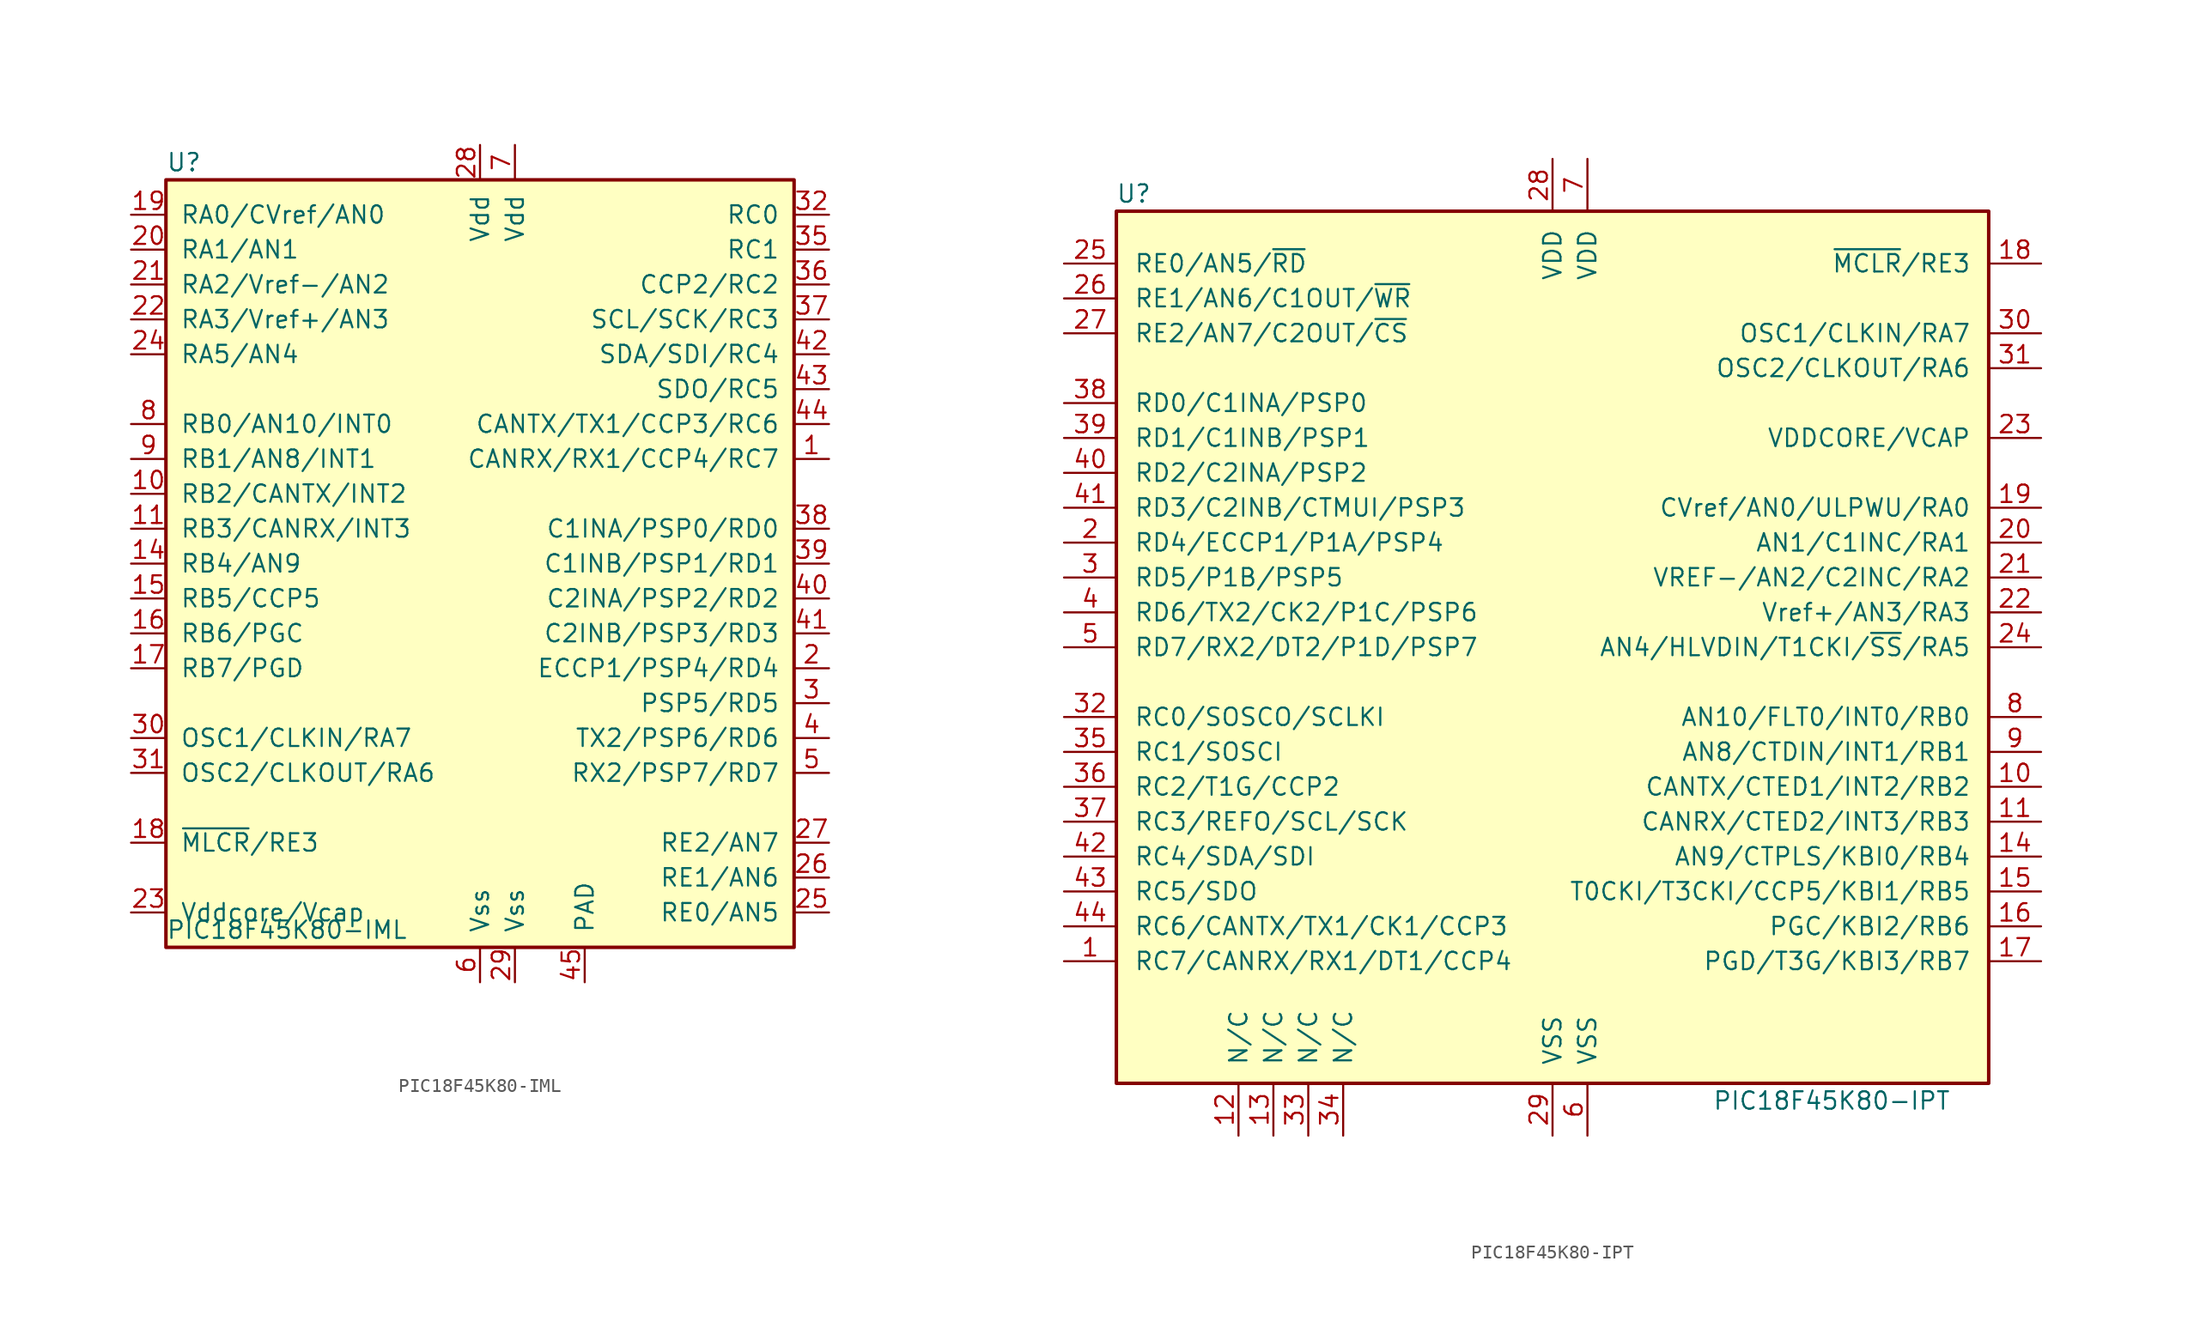
<source format=kicad_sym>
(kicad_symbol_lib
  (version 20241209)
  (generator "kicad_symbol_editor")
  (generator_version "9.0")
  (symbol "PIC18F45K80-IML"
    (pin_names
      (offset 1.016))
    (property "Reference" "U"
      (at -22.86 29.21 0)
      (effects (font (size 1.27 1.27)) (justify left)))
    (property "Value" "PIC18F45K80-IML"
      (at -22.86 -26.67 0)
      (effects (font (size 1.27 1.27)) (justify left)))
    (symbol "PIC18F45K80-IML_0_1"
      (rectangle (start -22.86 27.94) (end 22.86 -27.94) (stroke (width 0.254) (type default)) (fill (type background))))
    (symbol "PIC18F45K80-IML_1_1"
      (pin bidirectional line (at -25.4 25.4 0) (length 2.54) (name "RA0/CVref/AN0" (effects (font (size 1.27 1.27)))) (number "19" (effects (font (size 1.27 1.27)))))
      (pin bidirectional line (at -25.4 22.86 0) (length 2.54) (name "RA1/AN1" (effects (font (size 1.27 1.27)))) (number "20" (effects (font (size 1.27 1.27)))))
      (pin bidirectional line (at -25.4 20.32 0) (length 2.54) (name "RA2/Vref-/AN2" (effects (font (size 1.27 1.27)))) (number "21" (effects (font (size 1.27 1.27)))))
      (pin bidirectional line (at -25.4 17.78 0) (length 2.54) (name "RA3/Vref+/AN3" (effects (font (size 1.27 1.27)))) (number "22" (effects (font (size 1.27 1.27)))))
      (pin bidirectional line (at -25.4 15.24 0) (length 2.54) (name "RA5/AN4" (effects (font (size 1.27 1.27)))) (number "24" (effects (font (size 1.27 1.27)))))
      (pin bidirectional line (at -25.4 10.16 0) (length 2.54) (name "RB0/AN10/INT0" (effects (font (size 1.27 1.27)))) (number "8" (effects (font (size 1.27 1.27)))))
      (pin bidirectional line (at -25.4 7.62 0) (length 2.54) (name "RB1/AN8/INT1" (effects (font (size 1.27 1.27)))) (number "9" (effects (font (size 1.27 1.27)))))
      (pin bidirectional line (at -25.4 5.08 0) (length 2.54) (name "RB2/CANTX/INT2" (effects (font (size 1.27 1.27)))) (number "10" (effects (font (size 1.27 1.27)))))
      (pin bidirectional line (at -25.4 2.54 0) (length 2.54) (name "RB3/CANRX/INT3" (effects (font (size 1.27 1.27)))) (number "11" (effects (font (size 1.27 1.27)))))
      (pin bidirectional line (at -25.4 0 0) (length 2.54) (name "RB4/AN9" (effects (font (size 1.27 1.27)))) (number "14" (effects (font (size 1.27 1.27)))))
      (pin bidirectional line (at -25.4 -2.54 0) (length 2.54) (name "RB5/CCP5" (effects (font (size 1.27 1.27)))) (number "15" (effects (font (size 1.27 1.27)))))
      (pin bidirectional line (at -25.4 -5.08 0) (length 2.54) (name "RB6/PGC" (effects (font (size 1.27 1.27)))) (number "16" (effects (font (size 1.27 1.27)))))
      (pin bidirectional line (at -25.4 -7.62 0) (length 2.54) (name "RB7/PGD" (effects (font (size 1.27 1.27)))) (number "17" (effects (font (size 1.27 1.27)))))
      (pin input line (at -25.4 -12.7 0) (length 2.54) (name "OSC1/CLKIN/RA7" (effects (font (size 1.27 1.27)))) (number "30" (effects (font (size 1.27 1.27)))))
      (pin input line (at -25.4 -15.24 0) (length 2.54) (name "OSC2/CLKOUT/RA6" (effects (font (size 1.27 1.27)))) (number "31" (effects (font (size 1.27 1.27)))))
      (pin bidirectional line (at -25.4 -20.32 0) (length 2.54) (name "~{MLCR}/RE3" (effects (font (size 1.27 1.27)))) (number "18" (effects (font (size 1.27 1.27)))))
      (pin power_in line (at -25.4 -25.4 0) (length 2.54) (name "Vddcore/Vcap" (effects (font (size 1.27 1.27)))) (number "23" (effects (font (size 1.27 1.27)))))
      (pin no_connect line (at -10.16 -27.94 90) (length 2.54) (hide yes) (name "NC" (effects (font (size 1.27 1.27)))) (number "12" (effects (font (size 1.27 1.27)))))
      (pin no_connect line (at -7.62 -27.94 90) (length 2.54) (hide yes) (name "NC" (effects (font (size 1.27 1.27)))) (number "13" (effects (font (size 1.27 1.27)))))
      (pin no_connect line (at -5.08 -27.94 90) (length 2.54) (hide yes) (name "NC" (effects (font (size 1.27 1.27)))) (number "33" (effects (font (size 1.27 1.27)))))
      (pin no_connect line (at -2.54 -27.94 90) (length 2.54) (hide yes) (name "NC" (effects (font (size 1.27 1.27)))) (number "34" (effects (font (size 1.27 1.27)))))
      (pin power_in line (at 0 30.48 270) (length 2.54) (name "Vdd" (effects (font (size 1.27 1.27)))) (number "28" (effects (font (size 1.27 1.27)))))
      (pin power_in line (at 0 -30.48 90) (length 2.54) (name "Vss" (effects (font (size 1.27 1.27)))) (number "6" (effects (font (size 1.27 1.27)))))
      (pin power_in line (at 2.54 30.48 270) (length 2.54) (name "Vdd" (effects (font (size 1.27 1.27)))) (number "7" (effects (font (size 1.27 1.27)))))
      (pin power_in line (at 2.54 -30.48 90) (length 2.54) (name "Vss" (effects (font (size 1.27 1.27)))) (number "29" (effects (font (size 1.27 1.27)))))
      (pin power_in line (at 7.62 -30.48 90) (length 2.54) (name "PAD" (effects (font (size 1.27 1.27)))) (number "45" (effects (font (size 1.27 1.27)))))
      (pin bidirectional line (at 25.4 25.4 180) (length 2.54) (name "RC0" (effects (font (size 1.27 1.27)))) (number "32" (effects (font (size 1.27 1.27)))))
      (pin bidirectional line (at 25.4 22.86 180) (length 2.54) (name "RC1" (effects (font (size 1.27 1.27)))) (number "35" (effects (font (size 1.27 1.27)))))
      (pin bidirectional line (at 25.4 20.32 180) (length 2.54) (name "CCP2/RC2" (effects (font (size 1.27 1.27)))) (number "36" (effects (font (size 1.27 1.27)))))
      (pin bidirectional line (at 25.4 17.78 180) (length 2.54) (name "SCL/SCK/RC3" (effects (font (size 1.27 1.27)))) (number "37" (effects (font (size 1.27 1.27)))))
      (pin bidirectional line (at 25.4 15.24 180) (length 2.54) (name "SDA/SDI/RC4" (effects (font (size 1.27 1.27)))) (number "42" (effects (font (size 1.27 1.27)))))
      (pin bidirectional line (at 25.4 12.7 180) (length 2.54) (name "SDO/RC5" (effects (font (size 1.27 1.27)))) (number "43" (effects (font (size 1.27 1.27)))))
      (pin bidirectional line (at 25.4 10.16 180) (length 2.54) (name "CANTX/TX1/CCP3/RC6" (effects (font (size 1.27 1.27)))) (number "44" (effects (font (size 1.27 1.27)))))
      (pin bidirectional line (at 25.4 7.62 180) (length 2.54) (name "CANRX/RX1/CCP4/RC7" (effects (font (size 1.27 1.27)))) (number "1" (effects (font (size 1.27 1.27)))))
      (pin bidirectional line (at 25.4 2.54 180) (length 2.54) (name "C1INA/PSP0/RD0" (effects (font (size 1.27 1.27)))) (number "38" (effects (font (size 1.27 1.27)))))
      (pin bidirectional line (at 25.4 0 180) (length 2.54) (name "C1INB/PSP1/RD1" (effects (font (size 1.27 1.27)))) (number "39" (effects (font (size 1.27 1.27)))))
      (pin bidirectional line (at 25.4 -2.54 180) (length 2.54) (name "C2INA/PSP2/RD2" (effects (font (size 1.27 1.27)))) (number "40" (effects (font (size 1.27 1.27)))))
      (pin bidirectional line (at 25.4 -5.08 180) (length 2.54) (name "C2INB/PSP3/RD3" (effects (font (size 1.27 1.27)))) (number "41" (effects (font (size 1.27 1.27)))))
      (pin bidirectional line (at 25.4 -7.62 180) (length 2.54) (name "ECCP1/PSP4/RD4" (effects (font (size 1.27 1.27)))) (number "2" (effects (font (size 1.27 1.27)))))
      (pin bidirectional line (at 25.4 -10.16 180) (length 2.54) (name "PSP5/RD5" (effects (font (size 1.27 1.27)))) (number "3" (effects (font (size 1.27 1.27)))))
      (pin bidirectional line (at 25.4 -12.7 180) (length 2.54) (name "TX2/PSP6/RD6" (effects (font (size 1.27 1.27)))) (number "4" (effects (font (size 1.27 1.27)))))
      (pin bidirectional line (at 25.4 -15.24 180) (length 2.54) (name "RX2/PSP7/RD7" (effects (font (size 1.27 1.27)))) (number "5" (effects (font (size 1.27 1.27)))))
      (pin bidirectional line (at 25.4 -20.32 180) (length 2.54) (name "RE2/AN7" (effects (font (size 1.27 1.27)))) (number "27" (effects (font (size 1.27 1.27)))))
      (pin bidirectional line (at 25.4 -22.86 180) (length 2.54) (name "RE1/AN6" (effects (font (size 1.27 1.27)))) (number "26" (effects (font (size 1.27 1.27)))))
      (pin bidirectional line (at 25.4 -25.4 180) (length 2.54) (name "RE0/AN5" (effects (font (size 1.27 1.27)))) (number "25" (effects (font (size 1.27 1.27)))))))
  (symbol "PIC18F45K80-IPT"
    (pin_names
      (offset 1.27))
    (property "Reference" "U"
      (at -30.48 33.02 0)
      (effects (font (size 1.27 1.27))))
    (property "Value" "PIC18F45K80-IPT"
      (at 20.32 -33.02 0)
      (effects (font (size 1.27 1.27))))
    (symbol "PIC18F45K80-IPT_0_1"
      (rectangle (start -31.75 31.75) (end 31.75 -31.75) (stroke (width 0.254) (type default)) (fill (type background))))
    (symbol "PIC18F45K80-IPT_1_1"
      (pin bidirectional line (at -35.56 27.94 0) (length 3.81) (name "RE0/AN5/~{RD}" (effects (font (size 1.27 1.27)))) (number "25" (effects (font (size 1.27 1.27)))))
      (pin bidirectional line (at -35.56 25.4 0) (length 3.81) (name "RE1/AN6/C1OUT/~{WR}" (effects (font (size 1.27 1.27)))) (number "26" (effects (font (size 1.27 1.27)))))
      (pin power_in line (at -35.56 22.86 0) (length 3.81) (name "RE2/AN7/C2OUT/~{CS}" (effects (font (size 1.27 1.27)))) (number "27" (effects (font (size 1.27 1.27)))))
      (pin bidirectional line (at -35.56 17.78 0) (length 3.81) (name "RD0/C1INA/PSP0" (effects (font (size 1.27 1.27)))) (number "38" (effects (font (size 1.27 1.27)))))
      (pin bidirectional line (at -35.56 15.24 0) (length 3.81) (name "RD1/C1INB/PSP1" (effects (font (size 1.27 1.27)))) (number "39" (effects (font (size 1.27 1.27)))))
      (pin bidirectional line (at -35.56 12.7 0) (length 3.81) (name "RD2/C2INA/PSP2" (effects (font (size 1.27 1.27)))) (number "40" (effects (font (size 1.27 1.27)))))
      (pin bidirectional line (at -35.56 10.16 0) (length 3.81) (name "RD3/C2INB/CTMUI/PSP3" (effects (font (size 1.27 1.27)))) (number "41" (effects (font (size 1.27 1.27)))))
      (pin bidirectional line (at -35.56 7.62 0) (length 3.81) (name "RD4/ECCP1/P1A/PSP4" (effects (font (size 1.27 1.27)))) (number "2" (effects (font (size 1.27 1.27)))))
      (pin bidirectional line (at -35.56 5.08 0) (length 3.81) (name "RD5/P1B/PSP5" (effects (font (size 1.27 1.27)))) (number "3" (effects (font (size 1.27 1.27)))))
      (pin bidirectional line (at -35.56 2.54 0) (length 3.81) (name "RD6/TX2/CK2/P1C/PSP6" (effects (font (size 1.27 1.27)))) (number "4" (effects (font (size 1.27 1.27)))))
      (pin bidirectional line (at -35.56 0 0) (length 3.81) (name "RD7/RX2/DT2/P1D/PSP7" (effects (font (size 1.27 1.27)))) (number "5" (effects (font (size 1.27 1.27)))))
      (pin bidirectional line (at -35.56 -5.08 0) (length 3.81) (name "RC0/SOSCO/SCLKI" (effects (font (size 1.27 1.27)))) (number "32" (effects (font (size 1.27 1.27)))))
      (pin bidirectional line (at -35.56 -7.62 0) (length 3.81) (name "RC1/SOSCI" (effects (font (size 1.27 1.27)))) (number "35" (effects (font (size 1.27 1.27)))))
      (pin bidirectional line (at -35.56 -10.16 0) (length 3.81) (name "RC2/T1G/CCP2" (effects (font (size 1.27 1.27)))) (number "36" (effects (font (size 1.27 1.27)))))
      (pin bidirectional line (at -35.56 -12.7 0) (length 3.81) (name "RC3/REFO/SCL/SCK" (effects (font (size 1.27 1.27)))) (number "37" (effects (font (size 1.27 1.27)))))
      (pin bidirectional line (at -35.56 -15.24 0) (length 3.81) (name "RC4/SDA/SDI" (effects (font (size 1.27 1.27)))) (number "42" (effects (font (size 1.27 1.27)))))
      (pin bidirectional line (at -35.56 -17.78 0) (length 3.81) (name "RC5/SDO" (effects (font (size 1.27 1.27)))) (number "43" (effects (font (size 1.27 1.27)))))
      (pin bidirectional line (at -35.56 -20.32 0) (length 3.81) (name "RC6/CANTX/TX1/CK1/CCP3" (effects (font (size 1.27 1.27)))) (number "44" (effects (font (size 1.27 1.27)))))
      (pin bidirectional line (at -35.56 -22.86 0) (length 3.81) (name "RC7/CANRX/RX1/DT1/CCP4" (effects (font (size 1.27 1.27)))) (number "1" (effects (font (size 1.27 1.27)))))
      (pin bidirectional line (at -22.86 -35.56 90) (length 3.81) (name "N/C" (effects (font (size 1.27 1.27)))) (number "12" (effects (font (size 1.27 1.27)))))
      (pin bidirectional line (at -20.32 -35.56 90) (length 3.81) (name "N/C" (effects (font (size 1.27 1.27)))) (number "13" (effects (font (size 1.27 1.27)))))
      (pin bidirectional line (at -17.78 -35.56 90) (length 3.81) (name "N/C" (effects (font (size 1.27 1.27)))) (number "33" (effects (font (size 1.27 1.27)))))
      (pin bidirectional line (at -15.24 -35.56 90) (length 3.81) (name "N/C" (effects (font (size 1.27 1.27)))) (number "34" (effects (font (size 1.27 1.27)))))
      (pin power_in line (at 0 35.56 270) (length 3.81) (name "VDD" (effects (font (size 1.27 1.27)))) (number "28" (effects (font (size 1.27 1.27)))))
      (pin power_in line (at 0 -35.56 90) (length 3.81) (name "VSS" (effects (font (size 1.27 1.27)))) (number "29" (effects (font (size 1.27 1.27)))))
      (pin power_in line (at 2.54 35.56 270) (length 3.81) (name "VDD" (effects (font (size 1.27 1.27)))) (number "7" (effects (font (size 1.27 1.27)))))
      (pin power_in line (at 2.54 -35.56 90) (length 3.81) (name "VSS" (effects (font (size 1.27 1.27)))) (number "6" (effects (font (size 1.27 1.27)))))
      (pin input line (at 35.56 27.94 180) (length 3.81) (name "~{MCLR}/RE3" (effects (font (size 1.27 1.27)))) (number "18" (effects (font (size 1.27 1.27)))))
      (pin input line (at 35.56 22.86 180) (length 3.81) (name "OSC1/CLKIN/RA7" (effects (font (size 1.27 1.27)))) (number "30" (effects (font (size 1.27 1.27)))))
      (pin output line (at 35.56 20.32 180) (length 3.81) (name "OSC2/CLKOUT/RA6" (effects (font (size 1.27 1.27)))) (number "31" (effects (font (size 1.27 1.27)))))
      (pin passive line (at 35.56 15.24 180) (length 3.81) (name "VDDCORE/VCAP" (effects (font (size 1.27 1.27)))) (number "23" (effects (font (size 1.27 1.27)))))
      (pin bidirectional line (at 35.56 10.16 180) (length 3.81) (name "CVref/AN0/ULPWU/RA0" (effects (font (size 1.27 1.27)))) (number "19" (effects (font (size 1.27 1.27)))))
      (pin bidirectional line (at 35.56 7.62 180) (length 3.81) (name "AN1/C1INC/RA1" (effects (font (size 1.27 1.27)))) (number "20" (effects (font (size 1.27 1.27)))))
      (pin bidirectional line (at 35.56 5.08 180) (length 3.81) (name "VREF-/AN2/C2INC/RA2" (effects (font (size 1.27 1.27)))) (number "21" (effects (font (size 1.27 1.27)))))
      (pin bidirectional line (at 35.56 2.54 180) (length 3.81) (name "Vref+/AN3/RA3" (effects (font (size 1.27 1.27)))) (number "22" (effects (font (size 1.27 1.27)))))
      (pin bidirectional line (at 35.56 0 180) (length 3.81) (name "AN4/HLVDIN/T1CKI/~{SS}/RA5" (effects (font (size 1.27 1.27)))) (number "24" (effects (font (size 1.27 1.27)))))
      (pin bidirectional line (at 35.56 -5.08 180) (length 3.81) (name "AN10/FLT0/INT0/RB0" (effects (font (size 1.27 1.27)))) (number "8" (effects (font (size 1.27 1.27)))))
      (pin bidirectional line (at 35.56 -7.62 180) (length 3.81) (name "AN8/CTDIN/INT1/RB1" (effects (font (size 1.27 1.27)))) (number "9" (effects (font (size 1.27 1.27)))))
      (pin bidirectional line (at 35.56 -10.16 180) (length 3.81) (name "CANTX/CTED1/INT2/RB2" (effects (font (size 1.27 1.27)))) (number "10" (effects (font (size 1.27 1.27)))))
      (pin bidirectional line (at 35.56 -12.7 180) (length 3.81) (name "CANRX/CTED2/INT3/RB3" (effects (font (size 1.27 1.27)))) (number "11" (effects (font (size 1.27 1.27)))))
      (pin bidirectional line (at 35.56 -15.24 180) (length 3.81) (name "AN9/CTPLS/KBI0/RB4" (effects (font (size 1.27 1.27)))) (number "14" (effects (font (size 1.27 1.27)))))
      (pin bidirectional line (at 35.56 -17.78 180) (length 3.81) (name "T0CKI/T3CKI/CCP5/KBI1/RB5" (effects (font (size 1.27 1.27)))) (number "15" (effects (font (size 1.27 1.27)))))
      (pin bidirectional line (at 35.56 -20.32 180) (length 3.81) (name "PGC/KBI2/RB6" (effects (font (size 1.27 1.27)))) (number "16" (effects (font (size 1.27 1.27)))))
      (pin bidirectional line (at 35.56 -22.86 180) (length 3.81) (name "PGD/T3G/KBI3/RB7" (effects (font (size 1.27 1.27)))) (number "17" (effects (font (size 1.27 1.27))))))))
</source>
